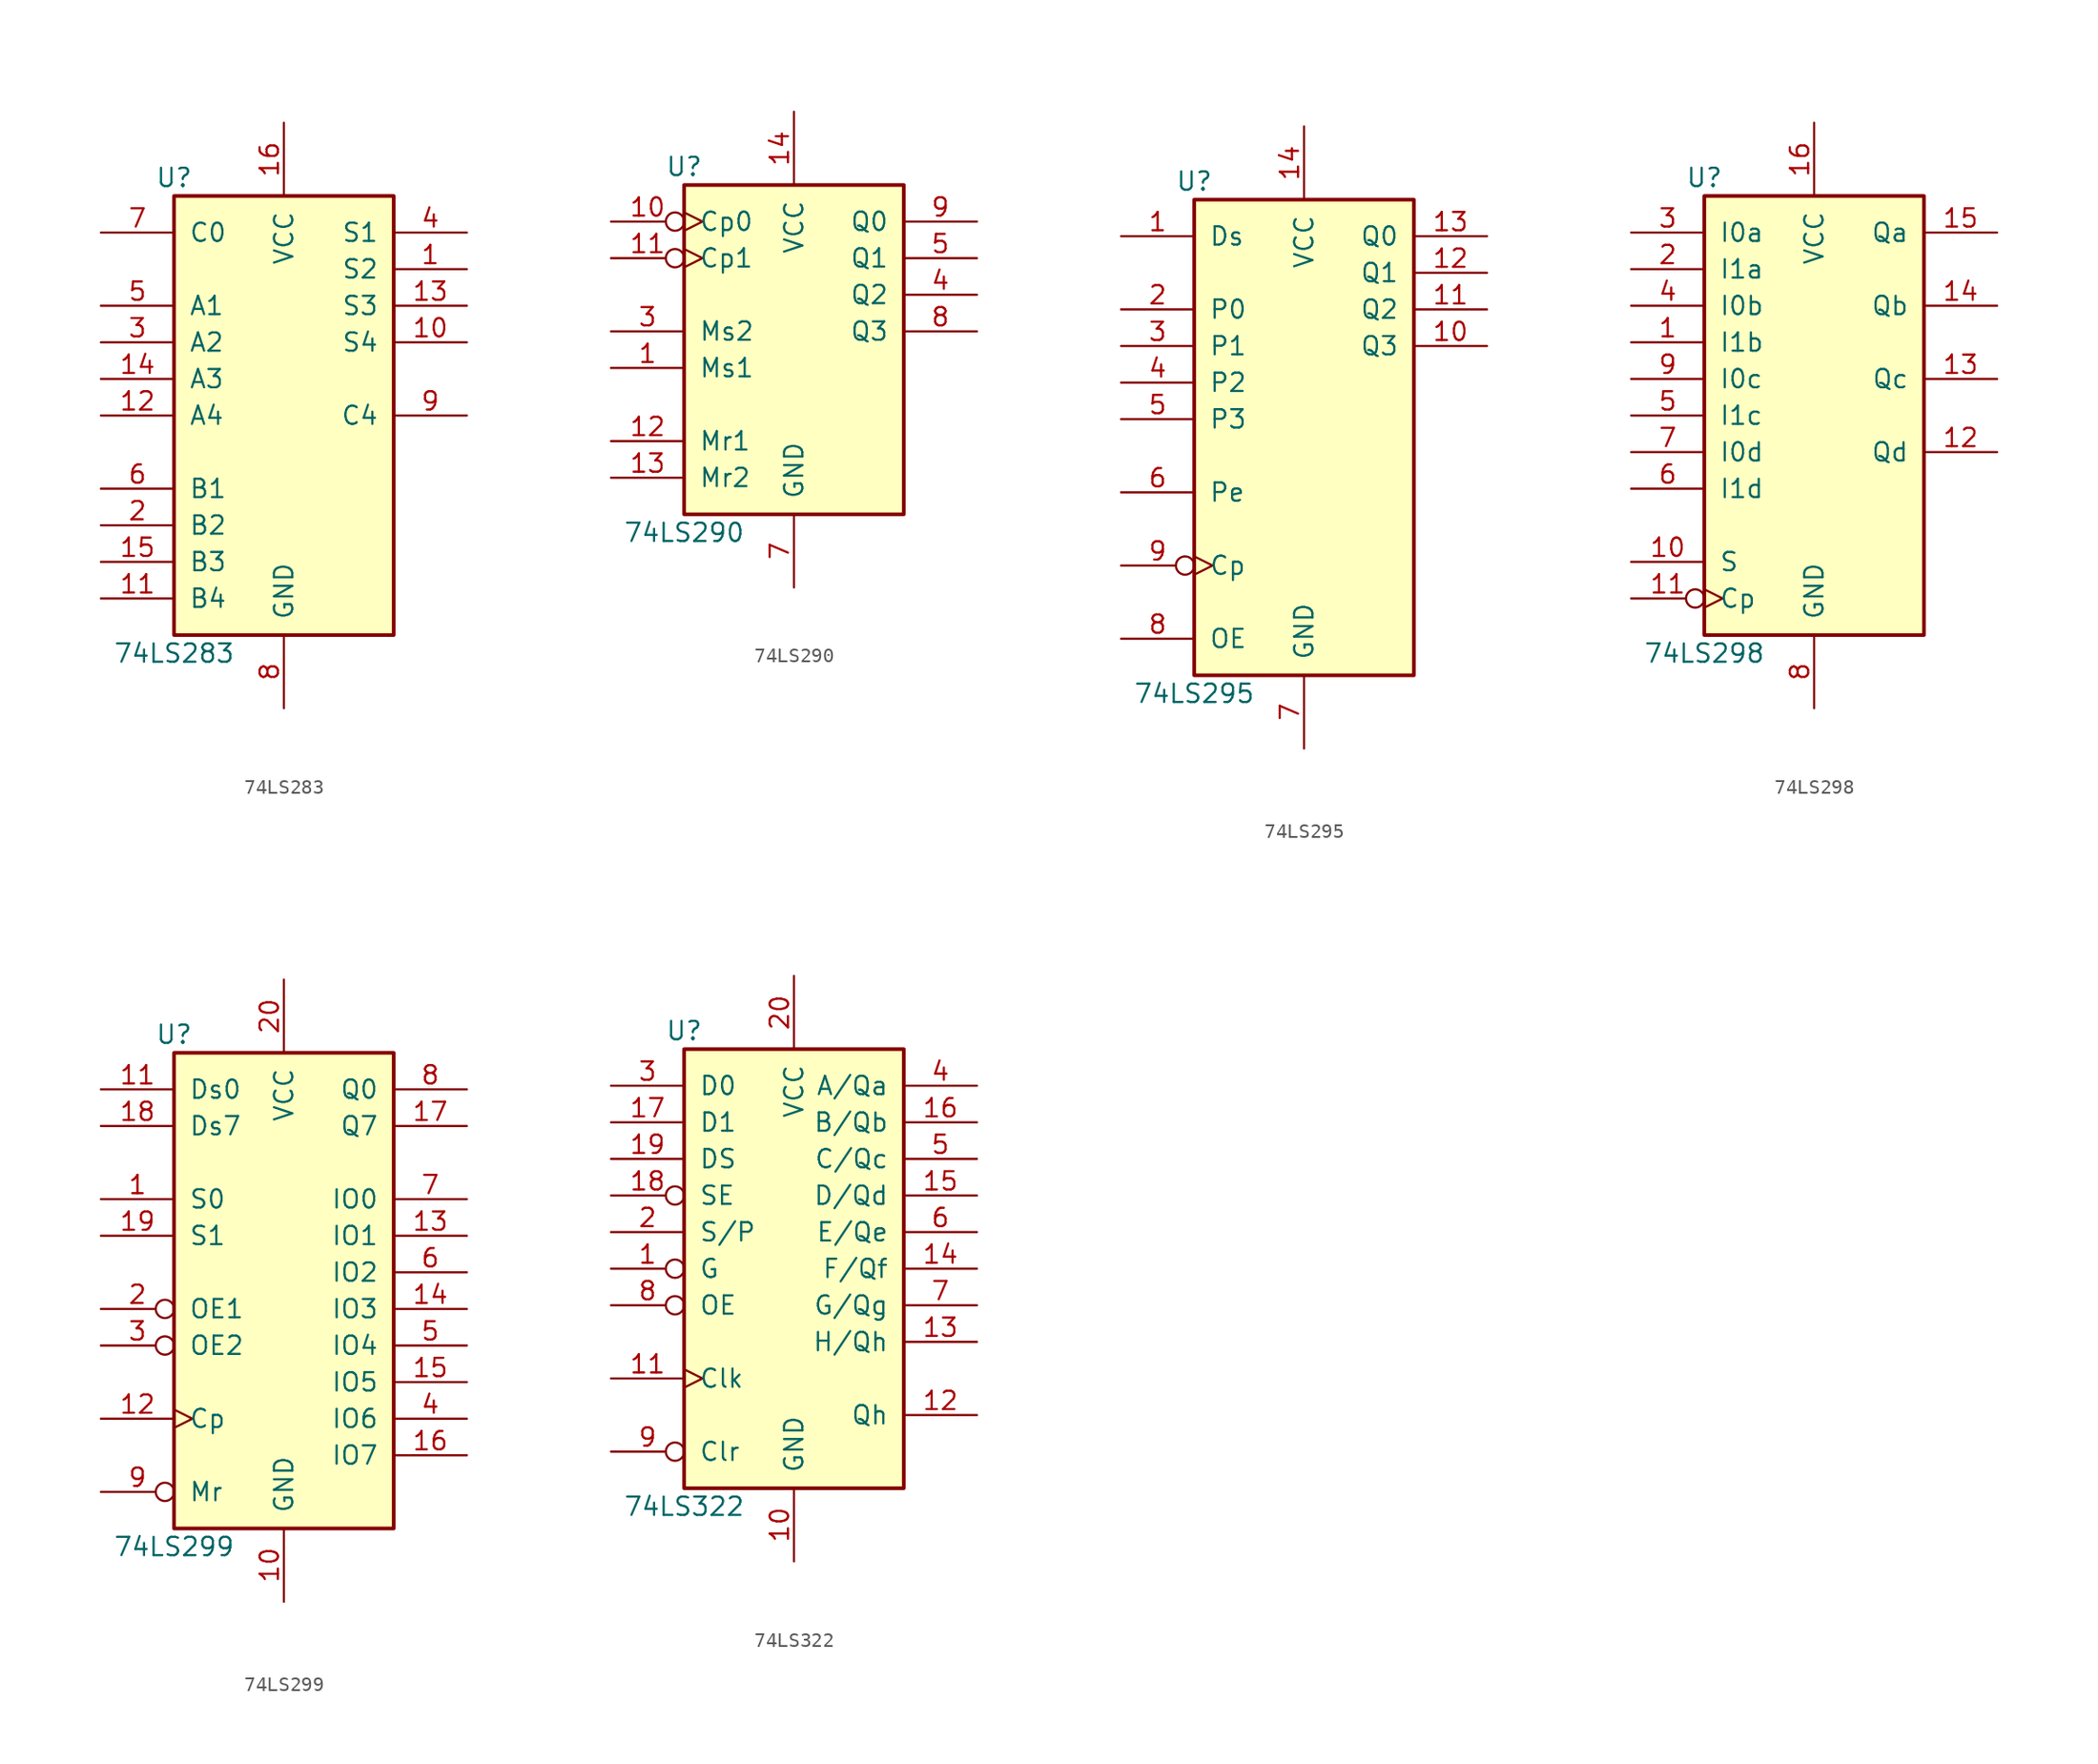
<source format=kicad_sym>
(kicad_symbol_lib
  (version 20241209)
  (generator "kicad_symbol_editor")
  (generator_version "9.0")
  (symbol "74LS283"
    (pin_names
      (offset 1.016))
    (property "Reference" "U"
      (at -7.62 16.51 0)
      (effects (font (size 1.27 1.27))))
    (property "Value" "74LS283"
      (at -7.62 -16.51 0)
      (effects (font (size 1.27 1.27))))
    (property "ki_locked" ""
      (at 0 0 0)
      (effects (font (size 1.27 1.27))))
    (symbol "74LS283_1_0"
      (pin input line (at -12.7 12.7 0) (length 5.08) (name "C0" (effects (font (size 1.27 1.27)))) (number "7" (effects (font (size 1.27 1.27)))))
      (pin input line (at -12.7 7.62 0) (length 5.08) (name "A1" (effects (font (size 1.27 1.27)))) (number "5" (effects (font (size 1.27 1.27)))))
      (pin input line (at -12.7 5.08 0) (length 5.08) (name "A2" (effects (font (size 1.27 1.27)))) (number "3" (effects (font (size 1.27 1.27)))))
      (pin input line (at -12.7 2.54 0) (length 5.08) (name "A3" (effects (font (size 1.27 1.27)))) (number "14" (effects (font (size 1.27 1.27)))))
      (pin input line (at -12.7 0 0) (length 5.08) (name "A4" (effects (font (size 1.27 1.27)))) (number "12" (effects (font (size 1.27 1.27)))))
      (pin input line (at -12.7 -5.08 0) (length 5.08) (name "B1" (effects (font (size 1.27 1.27)))) (number "6" (effects (font (size 1.27 1.27)))))
      (pin input line (at -12.7 -7.62 0) (length 5.08) (name "B2" (effects (font (size 1.27 1.27)))) (number "2" (effects (font (size 1.27 1.27)))))
      (pin input line (at -12.7 -10.16 0) (length 5.08) (name "B3" (effects (font (size 1.27 1.27)))) (number "15" (effects (font (size 1.27 1.27)))))
      (pin input line (at -12.7 -12.7 0) (length 5.08) (name "B4" (effects (font (size 1.27 1.27)))) (number "11" (effects (font (size 1.27 1.27)))))
      (pin power_in line (at 0 20.32 270) (length 5.08) (name "VCC" (effects (font (size 1.27 1.27)))) (number "16" (effects (font (size 1.27 1.27)))))
      (pin power_in line (at 0 -20.32 90) (length 5.08) (name "GND" (effects (font (size 1.27 1.27)))) (number "8" (effects (font (size 1.27 1.27)))))
      (pin output line (at 12.7 12.7 180) (length 5.08) (name "S1" (effects (font (size 1.27 1.27)))) (number "4" (effects (font (size 1.27 1.27)))))
      (pin output line (at 12.7 10.16 180) (length 5.08) (name "S2" (effects (font (size 1.27 1.27)))) (number "1" (effects (font (size 1.27 1.27)))))
      (pin output line (at 12.7 7.62 180) (length 5.08) (name "S3" (effects (font (size 1.27 1.27)))) (number "13" (effects (font (size 1.27 1.27)))))
      (pin output line (at 12.7 5.08 180) (length 5.08) (name "S4" (effects (font (size 1.27 1.27)))) (number "10" (effects (font (size 1.27 1.27)))))
      (pin output line (at 12.7 0 180) (length 5.08) (name "C4" (effects (font (size 1.27 1.27)))) (number "9" (effects (font (size 1.27 1.27))))))
    (symbol "74LS283_1_1"
      (rectangle (start -7.62 15.24) (end 7.62 -15.24) (stroke (width 0.254) (type solid)) (fill (type background)))))
  (symbol "74LS290"
    (pin_names
      (offset 1.016))
    (property "Reference" "U"
      (at -7.62 11.43 0)
      (effects (font (size 1.27 1.27))))
    (property "Value" "74LS290"
      (at -7.62 -13.97 0)
      (effects (font (size 1.27 1.27))))
    (property "ki_locked" ""
      (at 0 0 0)
      (effects (font (size 1.27 1.27))))
    (symbol "74LS290_1_0"
      (pin input inverted_clock (at -12.7 7.62 0) (length 5.08) (name "Cp0" (effects (font (size 1.27 1.27)))) (number "10" (effects (font (size 1.27 1.27)))))
      (pin input inverted_clock (at -12.7 5.08 0) (length 5.08) (name "Cp1" (effects (font (size 1.27 1.27)))) (number "11" (effects (font (size 1.27 1.27)))))
      (pin input line (at -12.7 0 0) (length 5.08) (name "Ms2" (effects (font (size 1.27 1.27)))) (number "3" (effects (font (size 1.27 1.27)))))
      (pin input line (at -12.7 -2.54 0) (length 5.08) (name "Ms1" (effects (font (size 1.27 1.27)))) (number "1" (effects (font (size 1.27 1.27)))))
      (pin input line (at -12.7 -7.62 0) (length 5.08) (name "Mr1" (effects (font (size 1.27 1.27)))) (number "12" (effects (font (size 1.27 1.27)))))
      (pin input line (at -12.7 -10.16 0) (length 5.08) (name "Mr2" (effects (font (size 1.27 1.27)))) (number "13" (effects (font (size 1.27 1.27)))))
      (pin power_in line (at 0 15.24 270) (length 5.08) (name "VCC" (effects (font (size 1.27 1.27)))) (number "14" (effects (font (size 1.27 1.27)))))
      (pin power_in line (at 0 -17.78 90) (length 5.08) (name "GND" (effects (font (size 1.27 1.27)))) (number "7" (effects (font (size 1.27 1.27)))))
      (pin output line (at 12.7 7.62 180) (length 5.08) (name "Q0" (effects (font (size 1.27 1.27)))) (number "9" (effects (font (size 1.27 1.27)))))
      (pin output line (at 12.7 5.08 180) (length 5.08) (name "Q1" (effects (font (size 1.27 1.27)))) (number "5" (effects (font (size 1.27 1.27)))))
      (pin output line (at 12.7 2.54 180) (length 5.08) (name "Q2" (effects (font (size 1.27 1.27)))) (number "4" (effects (font (size 1.27 1.27)))))
      (pin output line (at 12.7 0 180) (length 5.08) (name "Q3" (effects (font (size 1.27 1.27)))) (number "8" (effects (font (size 1.27 1.27))))))
    (symbol "74LS290_1_1"
      (rectangle (start -7.62 10.16) (end 7.62 -12.7) (stroke (width 0.254) (type solid)) (fill (type background)))))
  (symbol "74LS295"
    (pin_names
      (offset 1.016))
    (property "Reference" "U"
      (at -7.62 16.51 0)
      (effects (font (size 1.27 1.27))))
    (property "Value" "74LS295"
      (at -7.62 -19.05 0)
      (effects (font (size 1.27 1.27))))
    (property "ki_locked" ""
      (at 0 0 0)
      (effects (font (size 1.27 1.27))))
    (symbol "74LS295_1_0"
      (pin input line (at -12.7 12.7 0) (length 5.08) (name "Ds" (effects (font (size 1.27 1.27)))) (number "1" (effects (font (size 1.27 1.27)))))
      (pin input line (at -12.7 7.62 0) (length 5.08) (name "P0" (effects (font (size 1.27 1.27)))) (number "2" (effects (font (size 1.27 1.27)))))
      (pin input line (at -12.7 5.08 0) (length 5.08) (name "P1" (effects (font (size 1.27 1.27)))) (number "3" (effects (font (size 1.27 1.27)))))
      (pin input line (at -12.7 2.54 0) (length 5.08) (name "P2" (effects (font (size 1.27 1.27)))) (number "4" (effects (font (size 1.27 1.27)))))
      (pin input line (at -12.7 0 0) (length 5.08) (name "P3" (effects (font (size 1.27 1.27)))) (number "5" (effects (font (size 1.27 1.27)))))
      (pin input line (at -12.7 -5.08 0) (length 5.08) (name "Pe" (effects (font (size 1.27 1.27)))) (number "6" (effects (font (size 1.27 1.27)))))
      (pin input inverted_clock (at -12.7 -10.16 0) (length 5.08) (name "Cp" (effects (font (size 1.27 1.27)))) (number "9" (effects (font (size 1.27 1.27)))))
      (pin input line (at -12.7 -15.24 0) (length 5.08) (name "OE" (effects (font (size 1.27 1.27)))) (number "8" (effects (font (size 1.27 1.27)))))
      (pin power_in line (at 0 20.32 270) (length 5.08) (name "VCC" (effects (font (size 1.27 1.27)))) (number "14" (effects (font (size 1.27 1.27)))))
      (pin power_in line (at 0 -22.86 90) (length 5.08) (name "GND" (effects (font (size 1.27 1.27)))) (number "7" (effects (font (size 1.27 1.27)))))
      (pin output line (at 12.7 12.7 180) (length 5.08) (name "Q0" (effects (font (size 1.27 1.27)))) (number "13" (effects (font (size 1.27 1.27)))))
      (pin output line (at 12.7 10.16 180) (length 5.08) (name "Q1" (effects (font (size 1.27 1.27)))) (number "12" (effects (font (size 1.27 1.27)))))
      (pin output line (at 12.7 7.62 180) (length 5.08) (name "Q2" (effects (font (size 1.27 1.27)))) (number "11" (effects (font (size 1.27 1.27)))))
      (pin output line (at 12.7 5.08 180) (length 5.08) (name "Q3" (effects (font (size 1.27 1.27)))) (number "10" (effects (font (size 1.27 1.27))))))
    (symbol "74LS295_1_1"
      (rectangle (start -7.62 15.24) (end 7.62 -17.78) (stroke (width 0.254) (type solid)) (fill (type background)))))
  (symbol "74LS298"
    (pin_names
      (offset 1.016))
    (property "Reference" "U"
      (at -7.62 16.51 0)
      (effects (font (size 1.27 1.27))))
    (property "Value" "74LS298"
      (at -7.62 -16.51 0)
      (effects (font (size 1.27 1.27))))
    (property "ki_locked" ""
      (at 0 0 0)
      (effects (font (size 1.27 1.27))))
    (symbol "74LS298_1_0"
      (pin input line (at -12.7 12.7 0) (length 5.08) (name "I0a" (effects (font (size 1.27 1.27)))) (number "3" (effects (font (size 1.27 1.27)))))
      (pin input line (at -12.7 10.16 0) (length 5.08) (name "I1a" (effects (font (size 1.27 1.27)))) (number "2" (effects (font (size 1.27 1.27)))))
      (pin input line (at -12.7 7.62 0) (length 5.08) (name "I0b" (effects (font (size 1.27 1.27)))) (number "4" (effects (font (size 1.27 1.27)))))
      (pin input line (at -12.7 5.08 0) (length 5.08) (name "I1b" (effects (font (size 1.27 1.27)))) (number "1" (effects (font (size 1.27 1.27)))))
      (pin input line (at -12.7 2.54 0) (length 5.08) (name "I0c" (effects (font (size 1.27 1.27)))) (number "9" (effects (font (size 1.27 1.27)))))
      (pin input line (at -12.7 0 0) (length 5.08) (name "I1c" (effects (font (size 1.27 1.27)))) (number "5" (effects (font (size 1.27 1.27)))))
      (pin input line (at -12.7 -2.54 0) (length 5.08) (name "I0d" (effects (font (size 1.27 1.27)))) (number "7" (effects (font (size 1.27 1.27)))))
      (pin input line (at -12.7 -5.08 0) (length 5.08) (name "I1d" (effects (font (size 1.27 1.27)))) (number "6" (effects (font (size 1.27 1.27)))))
      (pin input line (at -12.7 -10.16 0) (length 5.08) (name "S" (effects (font (size 1.27 1.27)))) (number "10" (effects (font (size 1.27 1.27)))))
      (pin input inverted_clock (at -12.7 -12.7 0) (length 5.08) (name "Cp" (effects (font (size 1.27 1.27)))) (number "11" (effects (font (size 1.27 1.27)))))
      (pin power_in line (at 0 20.32 270) (length 5.08) (name "VCC" (effects (font (size 1.27 1.27)))) (number "16" (effects (font (size 1.27 1.27)))))
      (pin power_in line (at 0 -20.32 90) (length 5.08) (name "GND" (effects (font (size 1.27 1.27)))) (number "8" (effects (font (size 1.27 1.27)))))
      (pin output line (at 12.7 12.7 180) (length 5.08) (name "Qa" (effects (font (size 1.27 1.27)))) (number "15" (effects (font (size 1.27 1.27)))))
      (pin output line (at 12.7 7.62 180) (length 5.08) (name "Qb" (effects (font (size 1.27 1.27)))) (number "14" (effects (font (size 1.27 1.27)))))
      (pin output line (at 12.7 2.54 180) (length 5.08) (name "Qc" (effects (font (size 1.27 1.27)))) (number "13" (effects (font (size 1.27 1.27)))))
      (pin output line (at 12.7 -2.54 180) (length 5.08) (name "Qd" (effects (font (size 1.27 1.27)))) (number "12" (effects (font (size 1.27 1.27))))))
    (symbol "74LS298_1_1"
      (rectangle (start -7.62 15.24) (end 7.62 -15.24) (stroke (width 0.254) (type solid)) (fill (type background)))))
  (symbol "74LS299"
    (pin_names
      (offset 1.016))
    (property "Reference" "U"
      (at -7.62 16.51 0)
      (effects (font (size 1.27 1.27))))
    (property "Value" "74LS299"
      (at -7.62 -19.05 0)
      (effects (font (size 1.27 1.27))))
    (property "ki_locked" ""
      (at 0 0 0)
      (effects (font (size 1.27 1.27))))
    (symbol "74LS299_1_0"
      (pin input line (at -12.7 12.7 0) (length 5.08) (name "Ds0" (effects (font (size 1.27 1.27)))) (number "11" (effects (font (size 1.27 1.27)))))
      (pin input line (at -12.7 10.16 0) (length 5.08) (name "Ds7" (effects (font (size 1.27 1.27)))) (number "18" (effects (font (size 1.27 1.27)))))
      (pin input line (at -12.7 5.08 0) (length 5.08) (name "S0" (effects (font (size 1.27 1.27)))) (number "1" (effects (font (size 1.27 1.27)))))
      (pin input line (at -12.7 2.54 0) (length 5.08) (name "S1" (effects (font (size 1.27 1.27)))) (number "19" (effects (font (size 1.27 1.27)))))
      (pin input inverted (at -12.7 -2.54 0) (length 5.08) (name "OE1" (effects (font (size 1.27 1.27)))) (number "2" (effects (font (size 1.27 1.27)))))
      (pin input inverted (at -12.7 -5.08 0) (length 5.08) (name "OE2" (effects (font (size 1.27 1.27)))) (number "3" (effects (font (size 1.27 1.27)))))
      (pin input clock (at -12.7 -10.16 0) (length 5.08) (name "Cp" (effects (font (size 1.27 1.27)))) (number "12" (effects (font (size 1.27 1.27)))))
      (pin input inverted (at -12.7 -15.24 0) (length 5.08) (name "Mr" (effects (font (size 1.27 1.27)))) (number "9" (effects (font (size 1.27 1.27)))))
      (pin power_in line (at 0 20.32 270) (length 5.08) (name "VCC" (effects (font (size 1.27 1.27)))) (number "20" (effects (font (size 1.27 1.27)))))
      (pin power_in line (at 0 -22.86 90) (length 5.08) (name "GND" (effects (font (size 1.27 1.27)))) (number "10" (effects (font (size 1.27 1.27)))))
      (pin output line (at 12.7 12.7 180) (length 5.08) (name "Q0" (effects (font (size 1.27 1.27)))) (number "8" (effects (font (size 1.27 1.27)))))
      (pin output line (at 12.7 10.16 180) (length 5.08) (name "Q7" (effects (font (size 1.27 1.27)))) (number "17" (effects (font (size 1.27 1.27)))))
      (pin tri_state line (at 12.7 5.08 180) (length 5.08) (name "IO0" (effects (font (size 1.27 1.27)))) (number "7" (effects (font (size 1.27 1.27)))))
      (pin tri_state line (at 12.7 2.54 180) (length 5.08) (name "IO1" (effects (font (size 1.27 1.27)))) (number "13" (effects (font (size 1.27 1.27)))))
      (pin tri_state line (at 12.7 0 180) (length 5.08) (name "IO2" (effects (font (size 1.27 1.27)))) (number "6" (effects (font (size 1.27 1.27)))))
      (pin tri_state line (at 12.7 -2.54 180) (length 5.08) (name "IO3" (effects (font (size 1.27 1.27)))) (number "14" (effects (font (size 1.27 1.27)))))
      (pin tri_state line (at 12.7 -5.08 180) (length 5.08) (name "IO4" (effects (font (size 1.27 1.27)))) (number "5" (effects (font (size 1.27 1.27)))))
      (pin tri_state line (at 12.7 -7.62 180) (length 5.08) (name "IO5" (effects (font (size 1.27 1.27)))) (number "15" (effects (font (size 1.27 1.27)))))
      (pin tri_state line (at 12.7 -10.16 180) (length 5.08) (name "IO6" (effects (font (size 1.27 1.27)))) (number "4" (effects (font (size 1.27 1.27)))))
      (pin tri_state line (at 12.7 -12.7 180) (length 5.08) (name "IO7" (effects (font (size 1.27 1.27)))) (number "16" (effects (font (size 1.27 1.27))))))
    (symbol "74LS299_1_1"
      (rectangle (start -7.62 15.24) (end 7.62 -17.78) (stroke (width 0.254) (type solid)) (fill (type background)))))
  (symbol "74LS322"
    (pin_names
      (offset 1.016))
    (property "Reference" "U"
      (at -7.62 16.51 0)
      (effects (font (size 1.27 1.27))))
    (property "Value" "74LS322"
      (at -7.62 -16.51 0)
      (effects (font (size 1.27 1.27))))
    (property "ki_locked" ""
      (at 0 0 0)
      (effects (font (size 1.27 1.27))))
    (symbol "74LS322_1_0"
      (pin input line (at -12.7 12.7 0) (length 5.08) (name "D0" (effects (font (size 1.27 1.27)))) (number "3" (effects (font (size 1.27 1.27)))))
      (pin input line (at -12.7 10.16 0) (length 5.08) (name "D1" (effects (font (size 1.27 1.27)))) (number "17" (effects (font (size 1.27 1.27)))))
      (pin input line (at -12.7 7.62 0) (length 5.08) (name "DS" (effects (font (size 1.27 1.27)))) (number "19" (effects (font (size 1.27 1.27)))))
      (pin input inverted (at -12.7 5.08 0) (length 5.08) (name "SE" (effects (font (size 1.27 1.27)))) (number "18" (effects (font (size 1.27 1.27)))))
      (pin input line (at -12.7 2.54 0) (length 5.08) (name "S/P" (effects (font (size 1.27 1.27)))) (number "2" (effects (font (size 1.27 1.27)))))
      (pin input inverted (at -12.7 0 0) (length 5.08) (name "G" (effects (font (size 1.27 1.27)))) (number "1" (effects (font (size 1.27 1.27)))))
      (pin input inverted (at -12.7 -2.54 0) (length 5.08) (name "OE" (effects (font (size 1.27 1.27)))) (number "8" (effects (font (size 1.27 1.27)))))
      (pin input clock (at -12.7 -7.62 0) (length 5.08) (name "Clk" (effects (font (size 1.27 1.27)))) (number "11" (effects (font (size 1.27 1.27)))))
      (pin input inverted (at -12.7 -12.7 0) (length 5.08) (name "Clr" (effects (font (size 1.27 1.27)))) (number "9" (effects (font (size 1.27 1.27)))))
      (pin power_in line (at 0 20.32 270) (length 5.08) (name "VCC" (effects (font (size 1.27 1.27)))) (number "20" (effects (font (size 1.27 1.27)))))
      (pin power_in line (at 0 -20.32 90) (length 5.08) (name "GND" (effects (font (size 1.27 1.27)))) (number "10" (effects (font (size 1.27 1.27)))))
      (pin tri_state line (at 12.7 12.7 180) (length 5.08) (name "A/Qa" (effects (font (size 1.27 1.27)))) (number "4" (effects (font (size 1.27 1.27)))))
      (pin tri_state line (at 12.7 10.16 180) (length 5.08) (name "B/Qb" (effects (font (size 1.27 1.27)))) (number "16" (effects (font (size 1.27 1.27)))))
      (pin tri_state line (at 12.7 7.62 180) (length 5.08) (name "C/Qc" (effects (font (size 1.27 1.27)))) (number "5" (effects (font (size 1.27 1.27)))))
      (pin tri_state line (at 12.7 5.08 180) (length 5.08) (name "D/Qd" (effects (font (size 1.27 1.27)))) (number "15" (effects (font (size 1.27 1.27)))))
      (pin tri_state line (at 12.7 2.54 180) (length 5.08) (name "E/Qe" (effects (font (size 1.27 1.27)))) (number "6" (effects (font (size 1.27 1.27)))))
      (pin tri_state line (at 12.7 0 180) (length 5.08) (name "F/Qf" (effects (font (size 1.27 1.27)))) (number "14" (effects (font (size 1.27 1.27)))))
      (pin tri_state line (at 12.7 -2.54 180) (length 5.08) (name "G/Qg" (effects (font (size 1.27 1.27)))) (number "7" (effects (font (size 1.27 1.27)))))
      (pin tri_state line (at 12.7 -5.08 180) (length 5.08) (name "H/Qh" (effects (font (size 1.27 1.27)))) (number "13" (effects (font (size 1.27 1.27)))))
      (pin output line (at 12.7 -10.16 180) (length 5.08) (name "Qh" (effects (font (size 1.27 1.27)))) (number "12" (effects (font (size 1.27 1.27))))))
    (symbol "74LS322_1_1"
      (rectangle (start -7.62 15.24) (end 7.62 -15.24) (stroke (width 0.254) (type solid)) (fill (type background))))))
</source>
